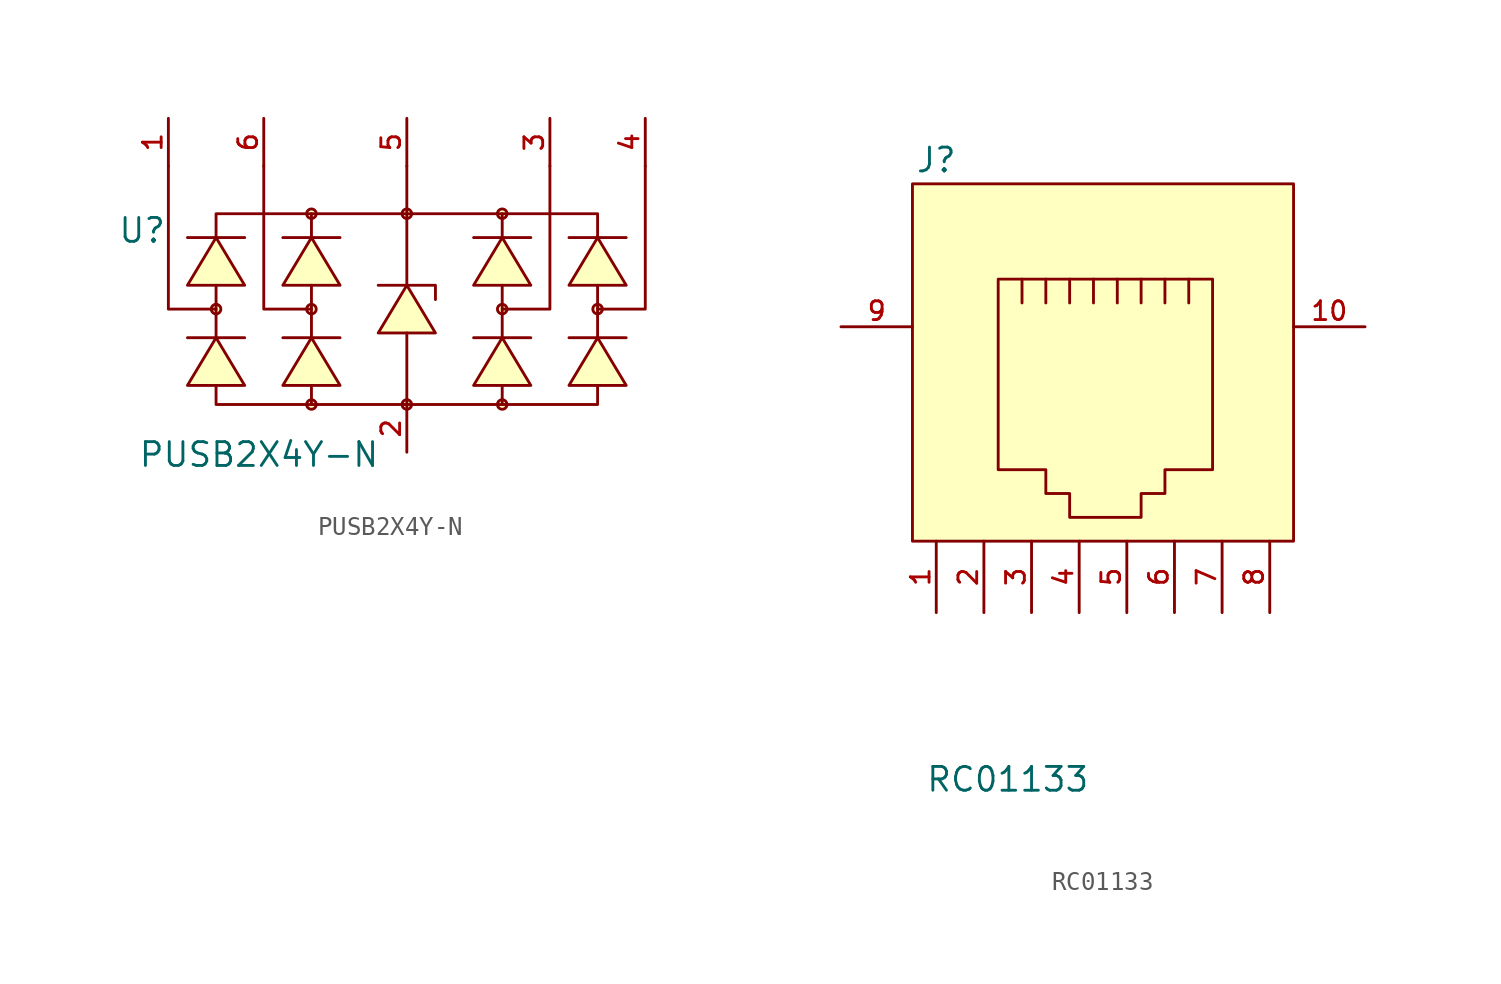
<source format=kicad_sym>
(kicad_symbol_lib
  (version 20241209)
  (generator "kicad_symbol_editor")
  (generator_version "9.0")
  (symbol "PUSB2X4Y-N"
    (pin_names
      (hide yes))
    (property "Reference" "U"
      (at -14.097 1.651 0)
      (effects (font (size 1.27 1.27))))
    (property "Value" "PUSB2X4Y-N"
      (at -7.874 -10.287 0)
      (effects (font (size 1.27 1.27))))
    (symbol "PUSB2X4Y-N_0_1"
      (polyline (pts (xy -11.684 1.27) (xy -8.636 1.27)) (stroke (width 0) (type default)) (fill (type none)))
      (polyline (pts (xy -11.684 -4.064) (xy -8.636 -4.064)) (stroke (width 0) (type default)) (fill (type none)))
      (polyline (pts (xy -10.16 1.27) (xy -10.16 2.54) (xy 10.16 2.54) (xy 10.16 1.27)) (stroke (width 0) (type default)) (fill (type none)))
      (circle (center -10.16 -2.54) (radius 0.254) (stroke (width 0) (type default)) (fill (type background)))
      (polyline (pts (xy -10.16 -2.54) (xy -12.7 -2.54) (xy -12.7 5.08)) (stroke (width 0) (type default)) (fill (type none)))
      (polyline (pts (xy -10.16 -4.064) (xy -10.16 -1.27)) (stroke (width 0) (type default)) (fill (type none)))
      (polyline (pts (xy -10.16 -6.604) (xy -10.16 -7.62) (xy 10.16 -7.62) (xy 10.16 -6.604)) (stroke (width 0) (type default)) (fill (type none)))
      (polyline (pts (xy -8.636 -1.27) (xy -10.16 1.27) (xy -11.684 -1.27) (xy -8.636 -1.27)) (stroke (width 0) (type default)) (fill (type background)))
      (polyline (pts (xy -8.636 -6.604) (xy -10.16 -4.064) (xy -11.684 -6.604) (xy -8.636 -6.604)) (stroke (width 0) (type default)) (fill (type background)))
      (polyline (pts (xy -6.604 1.27) (xy -3.556 1.27)) (stroke (width 0) (type default)) (fill (type none)))
      (polyline (pts (xy -6.604 -4.064) (xy -3.556 -4.064)) (stroke (width 0) (type default)) (fill (type none)))
      (circle (center -5.08 2.54) (radius 0.254) (stroke (width 0) (type default)) (fill (type background)))
      (polyline (pts (xy -5.08 1.27) (xy -5.08 2.54)) (stroke (width 0) (type default)) (fill (type none)))
      (circle (center -5.08 -2.54) (radius 0.254) (stroke (width 0) (type default)) (fill (type background)))
      (polyline (pts (xy -5.08 -2.54) (xy -7.62 -2.54) (xy -7.62 5.08)) (stroke (width 0) (type default)) (fill (type none)))
      (polyline (pts (xy -5.08 -4.064) (xy -5.08 -1.27)) (stroke (width 0) (type default)) (fill (type none)))
      (polyline (pts (xy -5.08 -6.604) (xy -5.08 -7.366) (xy -5.08 -7.62) (xy -5.08 -7.366)) (stroke (width 0) (type default)) (fill (type none)))
      (circle (center -5.08 -7.62) (radius 0.254) (stroke (width 0) (type default)) (fill (type background)))
      (polyline (pts (xy -3.556 -1.27) (xy -5.08 1.27) (xy -6.604 -1.27) (xy -3.556 -1.27)) (stroke (width 0) (type default)) (fill (type background)))
      (polyline (pts (xy -3.556 -6.604) (xy -5.08 -4.064) (xy -6.604 -6.604) (xy -3.556 -6.604)) (stroke (width 0) (type default)) (fill (type background)))
      (polyline (pts (xy -1.524 -1.27) (xy 1.524 -1.27) (xy 1.524 -2.032)) (stroke (width 0) (type default)) (fill (type none)))
      (circle (center 0 2.54) (radius 0.254) (stroke (width 0) (type default)) (fill (type background)))
      (polyline (pts (xy 0 -1.27) (xy 0 5.08)) (stroke (width 0) (type default)) (fill (type none)))
      (polyline (pts (xy 0 -3.81) (xy 0 -7.62)) (stroke (width 0) (type default)) (fill (type none)))
      (circle (center 0 -7.62) (radius 0.254) (stroke (width 0) (type default)) (fill (type background)))
      (polyline (pts (xy 1.524 -3.81) (xy 0 -1.27) (xy -1.524 -3.81) (xy 1.524 -3.81)) (stroke (width 0) (type default)) (fill (type background)))
      (polyline (pts (xy 3.556 1.27) (xy 6.604 1.27)) (stroke (width 0) (type default)) (fill (type none)))
      (polyline (pts (xy 3.556 -4.064) (xy 6.604 -4.064)) (stroke (width 0) (type default)) (fill (type none)))
      (circle (center 5.08 2.54) (radius 0.254) (stroke (width 0) (type default)) (fill (type background)))
      (polyline (pts (xy 5.08 1.27) (xy 5.08 2.54)) (stroke (width 0) (type default)) (fill (type none)))
      (polyline (pts (xy 5.08 -2.54) (xy 7.62 -2.54) (xy 7.62 5.08)) (stroke (width 0) (type default)) (fill (type none)))
      (circle (center 5.08 -2.54) (radius 0.254) (stroke (width 0) (type default)) (fill (type background)))
      (polyline (pts (xy 5.08 -4.064) (xy 5.08 -1.27)) (stroke (width 0) (type default)) (fill (type none)))
      (polyline (pts (xy 5.08 -6.604) (xy 5.08 -7.62)) (stroke (width 0) (type default)) (fill (type none)))
      (circle (center 5.08 -7.62) (radius 0.254) (stroke (width 0) (type default)) (fill (type background)))
      (polyline (pts (xy 6.604 -1.27) (xy 5.08 1.27) (xy 3.556 -1.27) (xy 6.604 -1.27)) (stroke (width 0) (type default)) (fill (type background)))
      (polyline (pts (xy 6.604 -6.604) (xy 5.08 -4.064) (xy 3.556 -6.604) (xy 6.604 -6.604)) (stroke (width 0) (type default)) (fill (type background)))
      (polyline (pts (xy 8.636 1.27) (xy 11.684 1.27)) (stroke (width 0) (type default)) (fill (type none)))
      (polyline (pts (xy 8.636 -4.064) (xy 11.684 -4.064)) (stroke (width 0) (type default)) (fill (type none)))
      (polyline (pts (xy 10.16 -2.54) (xy 12.7 -2.54) (xy 12.7 5.08)) (stroke (width 0) (type default)) (fill (type none)))
      (circle (center 10.16 -2.54) (radius 0.254) (stroke (width 0) (type default)) (fill (type background)))
      (polyline (pts (xy 10.16 -4.064) (xy 10.16 -1.27)) (stroke (width 0) (type default)) (fill (type none)))
      (polyline (pts (xy 11.684 -1.27) (xy 10.16 1.27) (xy 8.636 -1.27) (xy 11.684 -1.27)) (stroke (width 0) (type default)) (fill (type background)))
      (polyline (pts (xy 11.684 -6.604) (xy 10.16 -4.064) (xy 8.636 -6.604) (xy 11.684 -6.604)) (stroke (width 0) (type default)) (fill (type background)))
      (pin unspecified line (at -12.7 7.62 270) (length 2.54) (name "1" (effects (font (size 1 1)))) (number "1" (effects (font (size 1 1)))))
      (pin unspecified line (at -7.62 7.62 270) (length 2.54) (name "6" (effects (font (size 1 1)))) (number "6" (effects (font (size 1 1)))))
      (pin unspecified line (at 0 7.62 270) (length 2.54) (name "VCC" (effects (font (size 1 1)))) (number "5" (effects (font (size 1 1)))))
      (pin unspecified line (at 0 -10.16 90) (length 2.54) (name "GND" (effects (font (size 1 1)))) (number "2" (effects (font (size 1 1)))))
      (pin unspecified line (at 7.62 7.62 270) (length 2.54) (name "3" (effects (font (size 1 1)))) (number "3" (effects (font (size 1 1)))))
      (pin unspecified line (at 12.7 7.62 270) (length 2.54) (name "4" (effects (font (size 1 1)))) (number "4" (effects (font (size 1 1)))))))
  (symbol "RC01133"
    (pin_names
      (hide yes))
    (property "Reference" "J"
      (at -10.16 13.97 0)
      (effects (font (size 1.27 1.27))))
    (property "Value" "RC01133"
      (at -6.35 -19.05 0)
      (effects (font (size 1.27 1.27))))
    (symbol "RC01133_0_1"
      (rectangle (start -11.43 12.7) (end 8.89 -6.35) (stroke (width 0) (type default)) (fill (type background)))
      (polyline (pts (xy -6.858 7.62) (xy 4.572 7.62) (xy 4.572 -2.54) (xy 2.032 -2.54) (xy 2.032 -3.81) (xy 0.762 -3.81) (xy 0.762 -5.08) (xy -3.048 -5.08) (xy -3.048 -3.81) (xy -4.318 -3.81) (xy -4.318 -2.54) (xy -6.858 -2.54) (xy -6.858 7.62) (xy -6.858 7.62)) (stroke (width 0) (type default)) (fill (type none)))
      (polyline (pts (xy -5.588 6.35) (xy -5.588 7.62) (xy -5.588 7.62)) (stroke (width 0) (type default)) (fill (type none)))
      (polyline (pts (xy -4.318 7.62) (xy -4.318 6.35) (xy -4.318 6.35)) (stroke (width 0) (type default)) (fill (type none)))
      (polyline (pts (xy -3.048 7.62) (xy -3.048 6.35) (xy -3.048 6.35)) (stroke (width 0) (type default)) (fill (type none)))
      (polyline (pts (xy -1.778 7.62) (xy -1.778 6.35) (xy -1.778 6.35)) (stroke (width 0) (type default)) (fill (type none)))
      (polyline (pts (xy -0.508 7.62) (xy -0.508 6.35) (xy -0.508 6.35)) (stroke (width 0) (type default)) (fill (type none)))
      (polyline (pts (xy 0.762 7.62) (xy 0.762 6.35) (xy 0.762 6.35)) (stroke (width 0) (type default)) (fill (type none)))
      (polyline (pts (xy 2.032 6.35) (xy 2.032 7.62) (xy 2.032 7.62)) (stroke (width 0) (type default)) (fill (type none)))
      (polyline (pts (xy 3.302 6.35) (xy 3.302 7.62) (xy 3.302 7.62)) (stroke (width 0) (type default)) (fill (type none)))
      (pin unspecified line (at -15.24 5.08 0) (length 3.81) (name "9" (effects (font (size 1 1)))) (number "9" (effects (font (size 1 1)))))
      (pin unspecified line (at -10.16 -10.16 90) (length 3.81) (name "1" (effects (font (size 1 1)))) (number "1" (effects (font (size 1 1)))))
      (pin unspecified line (at -7.62 -10.16 90) (length 3.81) (name "2" (effects (font (size 1 1)))) (number "2" (effects (font (size 1 1)))))
      (pin unspecified line (at -5.08 -10.16 90) (length 3.81) (name "3" (effects (font (size 1 1)))) (number "3" (effects (font (size 1 1)))))
      (pin unspecified line (at -2.54 -10.16 90) (length 3.81) (name "4" (effects (font (size 1 1)))) (number "4" (effects (font (size 1 1)))))
      (pin unspecified line (at 0 -10.16 90) (length 3.81) (name "5" (effects (font (size 1 1)))) (number "5" (effects (font (size 1 1)))))
      (pin unspecified line (at 2.54 -10.16 90) (length 3.81) (name "6" (effects (font (size 1 1)))) (number "6" (effects (font (size 1 1)))))
      (pin unspecified line (at 5.08 -10.16 90) (length 3.81) (name "7" (effects (font (size 1 1)))) (number "7" (effects (font (size 1 1)))))
      (pin unspecified line (at 7.62 -10.16 90) (length 3.81) (name "8" (effects (font (size 1 1)))) (number "8" (effects (font (size 1 1)))))
      (pin unspecified line (at 12.7 5.08 180) (length 3.81) (name "10" (effects (font (size 1 1)))) (number "10" (effects (font (size 1 1))))))))
</source>
